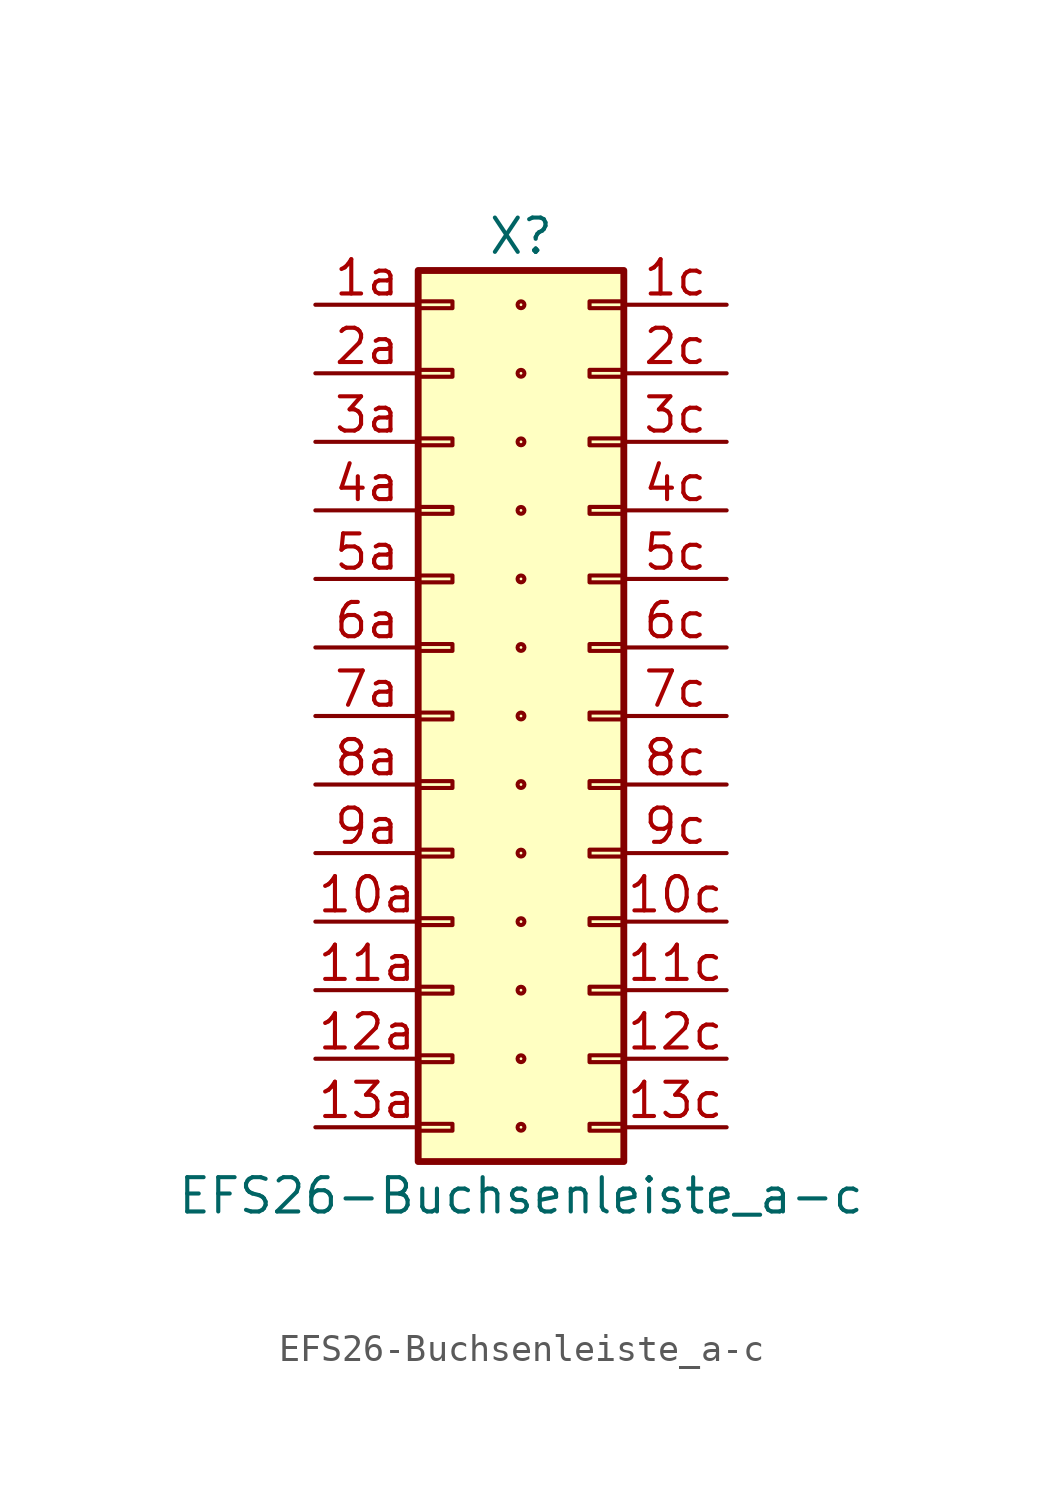
<source format=kicad_sym>
(kicad_symbol_lib
  (version 20211014)
  (generator kicad_symbol_editor)
  (symbol "EFS26-Buchsenleiste_a-c"
    (pin_names
      (offset 1.016) hide)
    (property "Reference" "X"
      (at 0 17.78 0)
      (effects (font (size 1.27 1.27))))
    (property "Value" "EFS26-Buchsenleiste_a-c"
      (at 0 -17.78 0)
      (effects (font (size 1.27 1.27))))
    (symbol "EFS26-Buchsenleiste_a-c_0_1"
      (circle (center 0 -15.24) (radius 0.127) (stroke (width 0.152) (type default) (color 0 0 0 0)) (fill (type none)))
      (circle (center 0 -12.7) (radius 0.127) (stroke (width 0.152) (type default) (color 0 0 0 0)) (fill (type none)))
      (circle (center 0 -10.16) (radius 0.127) (stroke (width 0.152) (type default) (color 0 0 0 0)) (fill (type none)))
      (circle (center 0 -7.62) (radius 0.127) (stroke (width 0.152) (type default) (color 0 0 0 0)) (fill (type none)))
      (circle (center 0 -5.08) (radius 0.127) (stroke (width 0.152) (type default) (color 0 0 0 0)) (fill (type none)))
      (circle (center 0 -2.54) (radius 0.127) (stroke (width 0.152) (type default) (color 0 0 0 0)) (fill (type none)))
      (circle (center 0 0) (radius 0.127) (stroke (width 0.152) (type default) (color 0 0 0 0)) (fill (type none)))
      (circle (center 0 2.54) (radius 0.127) (stroke (width 0.152) (type default) (color 0 0 0 0)) (fill (type none)))
      (circle (center 0 5.08) (radius 0.127) (stroke (width 0.152) (type default) (color 0 0 0 0)) (fill (type none)))
      (circle (center 0 7.62) (radius 0.127) (stroke (width 0.152) (type default) (color 0 0 0 0)) (fill (type none)))
      (circle (center 0 10.16) (radius 0.127) (stroke (width 0.152) (type default) (color 0 0 0 0)) (fill (type none)))
      (circle (center 0 12.7) (radius 0.127) (stroke (width 0.152) (type default) (color 0 0 0 0)) (fill (type none)))
      (circle (center 0 15.24) (radius 0.127) (stroke (width 0.152) (type default) (color 0 0 0 0)) (fill (type none))))
    (symbol "EFS26-Buchsenleiste_a-c_1_1"
      (rectangle (start -3.81 -15.113) (end -2.54 -15.367) (stroke (width 0.152) (type default) (color 0 0 0 0)) (fill (type none)))
      (rectangle (start -3.81 -12.573) (end -2.54 -12.827) (stroke (width 0.152) (type default) (color 0 0 0 0)) (fill (type none)))
      (rectangle (start -3.81 -10.033) (end -2.54 -10.287) (stroke (width 0.152) (type default) (color 0 0 0 0)) (fill (type none)))
      (rectangle (start -3.81 -7.493) (end -2.54 -7.747) (stroke (width 0.152) (type default) (color 0 0 0 0)) (fill (type none)))
      (rectangle (start -3.81 -4.953) (end -2.54 -5.207) (stroke (width 0.152) (type default) (color 0 0 0 0)) (fill (type none)))
      (rectangle (start -3.81 -2.413) (end -2.54 -2.667) (stroke (width 0.152) (type default) (color 0 0 0 0)) (fill (type none)))
      (rectangle (start -3.81 0.127) (end -2.54 -0.127) (stroke (width 0.152) (type default) (color 0 0 0 0)) (fill (type none)))
      (rectangle (start -3.81 2.667) (end -2.54 2.413) (stroke (width 0.152) (type default) (color 0 0 0 0)) (fill (type none)))
      (rectangle (start -3.81 5.207) (end -2.54 4.953) (stroke (width 0.152) (type default) (color 0 0 0 0)) (fill (type none)))
      (rectangle (start -3.81 7.747) (end -2.54 7.493) (stroke (width 0.152) (type default) (color 0 0 0 0)) (fill (type none)))
      (rectangle (start -3.81 10.287) (end -2.54 10.033) (stroke (width 0.152) (type default) (color 0 0 0 0)) (fill (type none)))
      (rectangle (start -3.81 12.827) (end -2.54 12.573) (stroke (width 0.152) (type default) (color 0 0 0 0)) (fill (type none)))
      (rectangle (start -3.81 15.367) (end -2.54 15.113) (stroke (width 0.152) (type default) (color 0 0 0 0)) (fill (type none)))
      (rectangle (start -3.81 16.51) (end 3.81 -16.51) (stroke (width 0.254) (type default) (color 0 0 0 0)) (fill (type background)))
      (rectangle (start 3.81 -15.113) (end 2.54 -15.367) (stroke (width 0.152) (type default) (color 0 0 0 0)) (fill (type none)))
      (rectangle (start 3.81 -12.573) (end 2.54 -12.827) (stroke (width 0.152) (type default) (color 0 0 0 0)) (fill (type none)))
      (rectangle (start 3.81 -10.033) (end 2.54 -10.287) (stroke (width 0.152) (type default) (color 0 0 0 0)) (fill (type none)))
      (rectangle (start 3.81 -7.493) (end 2.54 -7.747) (stroke (width 0.152) (type default) (color 0 0 0 0)) (fill (type none)))
      (rectangle (start 3.81 -4.953) (end 2.54 -5.207) (stroke (width 0.152) (type default) (color 0 0 0 0)) (fill (type none)))
      (rectangle (start 3.81 -2.413) (end 2.54 -2.667) (stroke (width 0.152) (type default) (color 0 0 0 0)) (fill (type none)))
      (rectangle (start 3.81 0.127) (end 2.54 -0.127) (stroke (width 0.152) (type default) (color 0 0 0 0)) (fill (type none)))
      (rectangle (start 3.81 2.667) (end 2.54 2.413) (stroke (width 0.152) (type default) (color 0 0 0 0)) (fill (type none)))
      (rectangle (start 3.81 5.207) (end 2.54 4.953) (stroke (width 0.152) (type default) (color 0 0 0 0)) (fill (type none)))
      (rectangle (start 3.81 7.747) (end 2.54 7.493) (stroke (width 0.152) (type default) (color 0 0 0 0)) (fill (type none)))
      (rectangle (start 3.81 10.287) (end 2.54 10.033) (stroke (width 0.152) (type default) (color 0 0 0 0)) (fill (type none)))
      (rectangle (start 3.81 12.827) (end 2.54 12.573) (stroke (width 0.152) (type default) (color 0 0 0 0)) (fill (type none)))
      (rectangle (start 3.81 15.367) (end 2.54 15.113) (stroke (width 0.152) (type default) (color 0 0 0 0)) (fill (type none)))
      (pin passive line (at -7.62 -7.62 0) (length 3.81) (name "Pin_10a" (effects (font (size 1.27 1.27)))) (number "10a" (effects (font (size 1.27 1.27)))))
      (pin passive line (at 7.62 -7.62 180) (length 3.81) (name "Pin_10c" (effects (font (size 1.27 1.27)))) (number "10c" (effects (font (size 1.27 1.27)))))
      (pin passive line (at -7.62 -10.16 0) (length 3.81) (name "Pin_11a" (effects (font (size 1.27 1.27)))) (number "11a" (effects (font (size 1.27 1.27)))))
      (pin passive line (at 7.62 -10.16 180) (length 3.81) (name "Pin_11c" (effects (font (size 1.27 1.27)))) (number "11c" (effects (font (size 1.27 1.27)))))
      (pin passive line (at -7.62 -12.7 0) (length 3.81) (name "Pin_12a" (effects (font (size 1.27 1.27)))) (number "12a" (effects (font (size 1.27 1.27)))))
      (pin passive line (at 7.62 -12.7 180) (length 3.81) (name "Pin_12c" (effects (font (size 1.27 1.27)))) (number "12c" (effects (font (size 1.27 1.27)))))
      (pin passive line (at -7.62 -15.24 0) (length 3.81) (name "Pin_13a" (effects (font (size 1.27 1.27)))) (number "13a" (effects (font (size 1.27 1.27)))))
      (pin passive line (at 7.62 -15.24 180) (length 3.81) (name "Pin_13c" (effects (font (size 1.27 1.27)))) (number "13c" (effects (font (size 1.27 1.27)))))
      (pin passive line (at -7.62 15.24 0) (length 3.81) (name "Pin_1a" (effects (font (size 1.27 1.27)))) (number "1a" (effects (font (size 1.27 1.27)))))
      (pin passive line (at 7.62 15.24 180) (length 3.81) (name "Pin_1c" (effects (font (size 1.27 1.27)))) (number "1c" (effects (font (size 1.27 1.27)))))
      (pin passive line (at -7.62 12.7 0) (length 3.81) (name "Pin_2a" (effects (font (size 1.27 1.27)))) (number "2a" (effects (font (size 1.27 1.27)))))
      (pin passive line (at 7.62 12.7 180) (length 3.81) (name "Pin_2c" (effects (font (size 1.27 1.27)))) (number "2c" (effects (font (size 1.27 1.27)))))
      (pin passive line (at -7.62 10.16 0) (length 3.81) (name "Pin_3a" (effects (font (size 1.27 1.27)))) (number "3a" (effects (font (size 1.27 1.27)))))
      (pin passive line (at 7.62 10.16 180) (length 3.81) (name "Pin_3c" (effects (font (size 1.27 1.27)))) (number "3c" (effects (font (size 1.27 1.27)))))
      (pin passive line (at -7.62 7.62 0) (length 3.81) (name "Pin_4a" (effects (font (size 1.27 1.27)))) (number "4a" (effects (font (size 1.27 1.27)))))
      (pin passive line (at 7.62 7.62 180) (length 3.81) (name "Pin_4c" (effects (font (size 1.27 1.27)))) (number "4c" (effects (font (size 1.27 1.27)))))
      (pin passive line (at -7.62 5.08 0) (length 3.81) (name "Pin_5a" (effects (font (size 1.27 1.27)))) (number "5a" (effects (font (size 1.27 1.27)))))
      (pin passive line (at 7.62 5.08 180) (length 3.81) (name "Pin_5c" (effects (font (size 1.27 1.27)))) (number "5c" (effects (font (size 1.27 1.27)))))
      (pin passive line (at -7.62 2.54 0) (length 3.81) (name "Pin_6a" (effects (font (size 1.27 1.27)))) (number "6a" (effects (font (size 1.27 1.27)))))
      (pin passive line (at 7.62 2.54 180) (length 3.81) (name "Pin_6c" (effects (font (size 1.27 1.27)))) (number "6c" (effects (font (size 1.27 1.27)))))
      (pin passive line (at -7.62 0 0) (length 3.81) (name "Pin_7a" (effects (font (size 1.27 1.27)))) (number "7a" (effects (font (size 1.27 1.27)))))
      (pin passive line (at 7.62 0 180) (length 3.81) (name "Pin_7c" (effects (font (size 1.27 1.27)))) (number "7c" (effects (font (size 1.27 1.27)))))
      (pin passive line (at -7.62 -2.54 0) (length 3.81) (name "Pin_8a" (effects (font (size 1.27 1.27)))) (number "8a" (effects (font (size 1.27 1.27)))))
      (pin passive line (at 7.62 -2.54 180) (length 3.81) (name "Pin_8c" (effects (font (size 1.27 1.27)))) (number "8c" (effects (font (size 1.27 1.27)))))
      (pin passive line (at -7.62 -5.08 0) (length 3.81) (name "Pin_9a" (effects (font (size 1.27 1.27)))) (number "9a" (effects (font (size 1.27 1.27)))))
      (pin passive line (at 7.62 -5.08 180) (length 3.81) (name "Pin_9c" (effects (font (size 1.27 1.27)))) (number "9c" (effects (font (size 1.27 1.27))))))))
</source>
